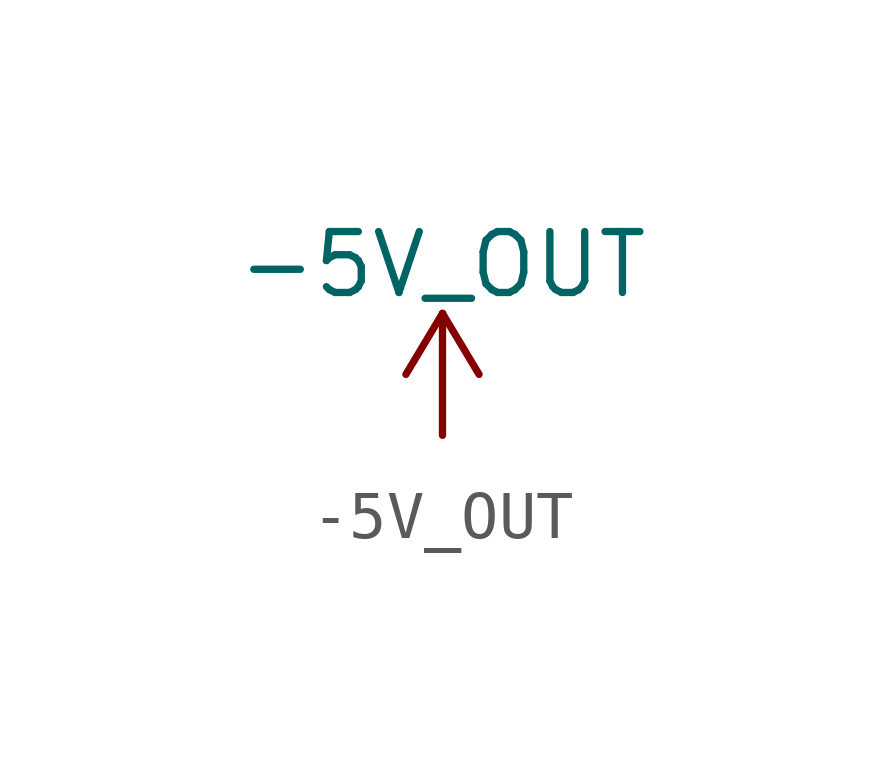
<source format=kicad_sym>
(kicad_symbol_lib
  (version 20220914)
  (generator kicad_symbol_editor)
  (symbol "-5V_OUT"
    (power)
    (pin_names
      (offset 0))
    (property "Reference" "#PWR"
      (at 0 -3.81 0)
      (effects (font (size 1.27 1.27)) hide))
    (property "Value" "-5V_OUT"
      (at 0 3.556 0)
      (effects (font (size 1.27 1.27))))
    (symbol "-5V_OUT_0_1"
      (polyline (pts (xy -0.762 1.27) (xy 0 2.54)) (stroke (width 0) (type default)) (fill (type none)))
      (polyline (pts (xy 0 0) (xy 0 2.54)) (stroke (width 0) (type default)) (fill (type none)))
      (polyline (pts (xy 0 2.54) (xy 0.762 1.27)) (stroke (width 0) (type default)) (fill (type none))))
    (symbol "-5V_OUT_1_1"
      (pin power_in line (at 0 0 90) (length 0) hide (name "-5V_OUT" (effects (font (size 1.27 1.27)))) (number "1" (effects (font (size 1.27 1.27))))))))
</source>
